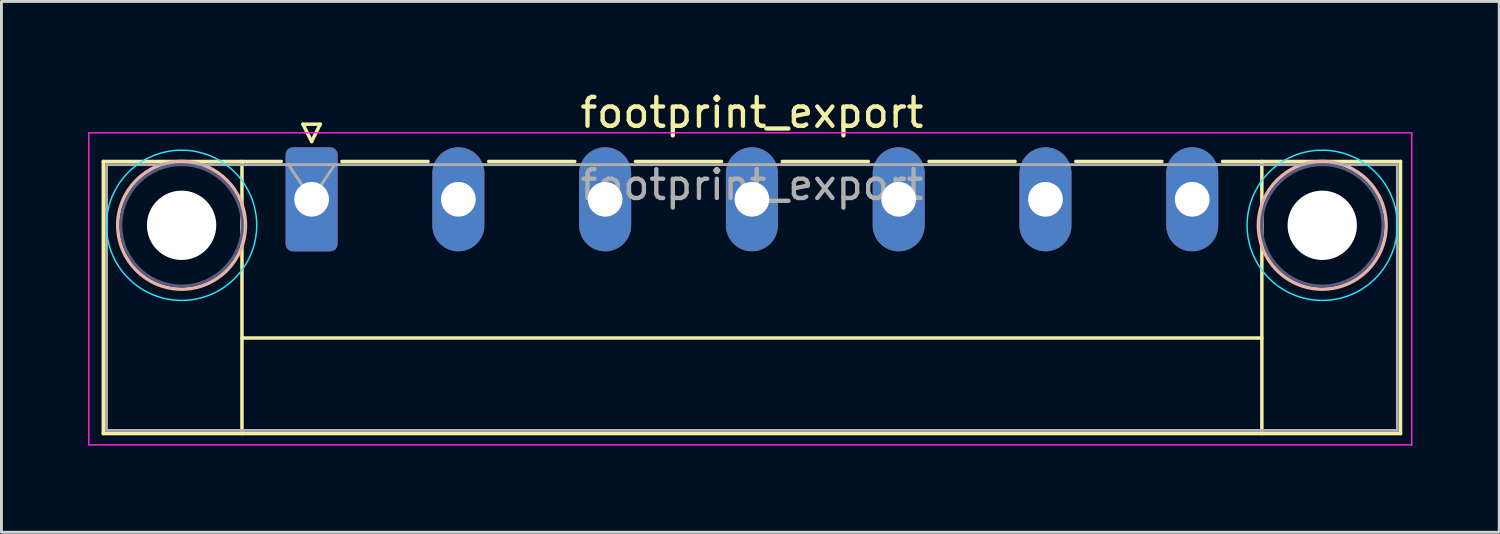
<source format=kicad_pcb>
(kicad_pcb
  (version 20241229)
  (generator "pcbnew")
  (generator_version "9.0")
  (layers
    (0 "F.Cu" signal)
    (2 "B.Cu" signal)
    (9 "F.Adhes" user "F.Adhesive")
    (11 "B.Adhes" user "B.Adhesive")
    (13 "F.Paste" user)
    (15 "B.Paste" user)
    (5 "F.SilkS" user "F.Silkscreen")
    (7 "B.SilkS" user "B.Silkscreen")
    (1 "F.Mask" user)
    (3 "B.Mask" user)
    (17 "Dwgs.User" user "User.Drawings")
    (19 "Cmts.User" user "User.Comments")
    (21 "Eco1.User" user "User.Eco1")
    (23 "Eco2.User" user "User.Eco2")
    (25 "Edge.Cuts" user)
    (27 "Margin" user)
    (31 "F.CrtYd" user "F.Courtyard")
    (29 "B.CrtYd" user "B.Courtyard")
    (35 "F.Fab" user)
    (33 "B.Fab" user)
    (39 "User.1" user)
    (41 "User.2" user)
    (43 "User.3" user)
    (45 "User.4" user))
  (footprint "footprint_export"
    (layer "F.Cu")
    (at 7.735 3.848)
    (property "Reference" "footprint_export" (at 15.24 -3 0) (layer "F.SilkS") (effects (font (size 1 1) (thickness 0.15))))
    (attr through_hole)
    (fp_line (start -7.21 -1.31) (end -7.21 8.11) (stroke (width 0.12) (type solid)) (layer "F.SilkS"))
    (fp_line (start -7.21 -1.31) (end -1.05 -1.31) (stroke (width 0.12) (type solid)) (layer "F.SilkS"))
    (fp_line (start -7.21 8.11) (end 37.69 8.11) (stroke (width 0.12) (type solid)) (layer "F.SilkS"))
    (fp_line (start -2.41 -1.31) (end -2.41 8.11) (stroke (width 0.12) (type solid)) (layer "F.SilkS"))
    (fp_line (start -2.41 4.8) (end 32.89 4.8) (stroke (width 0.12) (type solid)) (layer "F.SilkS"))
    (fp_line (start -0.3 -2.6) (end 0.3 -2.6) (stroke (width 0.12) (type solid)) (layer "F.SilkS"))
    (fp_line (start 0 -2) (end -0.3 -2.6) (stroke (width 0.12) (type solid)) (layer "F.SilkS"))
    (fp_line (start 0.3 -2.6) (end 0 -2) (stroke (width 0.12) (type solid)) (layer "F.SilkS"))
    (fp_line (start 1.05 -1.31) (end 4.03 -1.31) (stroke (width 0.12) (type solid)) (layer "F.SilkS"))
    (fp_line (start 6.13 -1.31) (end 9.11 -1.31) (stroke (width 0.12) (type solid)) (layer "F.SilkS"))
    (fp_line (start 11.21 -1.31) (end 14.19 -1.31) (stroke (width 0.12) (type solid)) (layer "F.SilkS"))
    (fp_line (start 16.29 -1.31) (end 19.27 -1.31) (stroke (width 0.12) (type solid)) (layer "F.SilkS"))
    (fp_line (start 21.37 -1.31) (end 24.35 -1.31) (stroke (width 0.12) (type solid)) (layer "F.SilkS"))
    (fp_line (start 26.45 -1.31) (end 29.43 -1.31) (stroke (width 0.12) (type solid)) (layer "F.SilkS"))
    (fp_line (start 32.89 -1.31) (end 32.89 8.11) (stroke (width 0.12) (type solid)) (layer "F.SilkS"))
    (fp_line (start 37.69 -1.31) (end 31.53 -1.31) (stroke (width 0.12) (type solid)) (layer "F.SilkS"))
    (fp_line (start 37.69 8.11) (end 37.69 -1.31) (stroke (width 0.12) (type solid)) (layer "F.SilkS"))
    (fp_circle (center -4.5 0.9) (end -2.29 0.9) (stroke (width 0.12) (type solid)) (fill no) (layer "B.SilkS"))
    (fp_circle (center 34.98 0.9) (end 37.19 0.9) (stroke (width 0.12) (type solid)) (fill no) (layer "B.SilkS"))
    (fp_circle (center -4.5 0.9) (end -1.9 0.9) (stroke (width 0.05) (type solid)) (fill no) (layer "B.CrtYd"))
    (fp_circle (center 34.98 0.9) (end 37.58 0.9) (stroke (width 0.05) (type solid)) (fill no) (layer "B.CrtYd"))
    (fp_line (start -7.71 -2.3) (end -7.71 8.5) (stroke (width 0.05) (type solid)) (layer "F.CrtYd"))
    (fp_line (start -7.71 8.5) (end 38.08 8.5) (stroke (width 0.05) (type solid)) (layer "F.CrtYd"))
    (fp_line (start 38.08 -2.3) (end -7.71 -2.3) (stroke (width 0.05) (type solid)) (layer "F.CrtYd"))
    (fp_line (start 38.08 8.5) (end 38.08 -2.3) (stroke (width 0.05) (type solid)) (layer "F.CrtYd"))
    (fp_circle (center -4.5 0.9) (end -2.4 0.9) (stroke (width 0.1) (type solid)) (fill no) (layer "B.Fab"))
    (fp_circle (center 34.98 0.9) (end 37.08 0.9) (stroke (width 0.1) (type solid)) (fill no) (layer "B.Fab"))
    (fp_line (start -7.1 -1.2) (end -7.1 8) (stroke (width 0.1) (type solid)) (layer "F.Fab"))
    (fp_line (start -7.1 8) (end 37.58 8) (stroke (width 0.1) (type solid)) (layer "F.Fab"))
    (fp_line (start 0 0) (end -0.8 -1.2) (stroke (width 0.1) (type solid)) (layer "F.Fab"))
    (fp_line (start 0.8 -1.2) (end 0 0) (stroke (width 0.1) (type solid)) (layer "F.Fab"))
    (fp_line (start 37.58 -1.2) (end -7.1 -1.2) (stroke (width 0.1) (type solid)) (layer "F.Fab"))
    (fp_line (start 37.58 8) (end 37.58 -1.2) (stroke (width 0.1) (type solid)) (layer "F.Fab"))
    (fp_text user "${REFERENCE}" (at 15.24 -0.5 0) (layer "F.Fab") (effects (font (size 1 1) (thickness 0.15))))
    (pad "" np_thru_hole circle (at -4.5 0.9) (size 2.4 2.4) (drill 2.4) (layers "*.Cu" "*.Mask"))
    (pad "" np_thru_hole circle (at 34.98 0.9) (size 2.4 2.4) (drill 2.4) (layers "*.Cu" "*.Mask"))
    (pad "1" thru_hole roundrect (at 0 0) (size 1.8 3.6) (drill 1.2) (layers "*.Cu" "*.Mask") (roundrect_rratio 0.139))
    (pad "2" thru_hole oval (at 5.08 0) (size 1.8 3.6) (drill 1.2) (layers "*.Cu" "*.Mask"))
    (pad "3" thru_hole oval (at 10.16 0) (size 1.8 3.6) (drill 1.2) (layers "*.Cu" "*.Mask"))
    (pad "4" thru_hole oval (at 15.24 0) (size 1.8 3.6) (drill 1.2) (layers "*.Cu" "*.Mask"))
    (pad "5" thru_hole oval (at 20.32 0) (size 1.8 3.6) (drill 1.2) (layers "*.Cu" "*.Mask"))
    (pad "6" thru_hole oval (at 25.4 0) (size 1.8 3.6) (drill 1.2) (layers "*.Cu" "*.Mask"))
    (pad "7" thru_hole oval (at 30.48 0) (size 1.8 3.6) (drill 1.2) (layers "*.Cu" "*.Mask")))
  (gr_rect
    (start -3 -3)
    (end 48.84 15.373)
    (stroke (width 0.1) (type default))
    (fill no)
    (layer "Edge.Cuts")))
</source>
